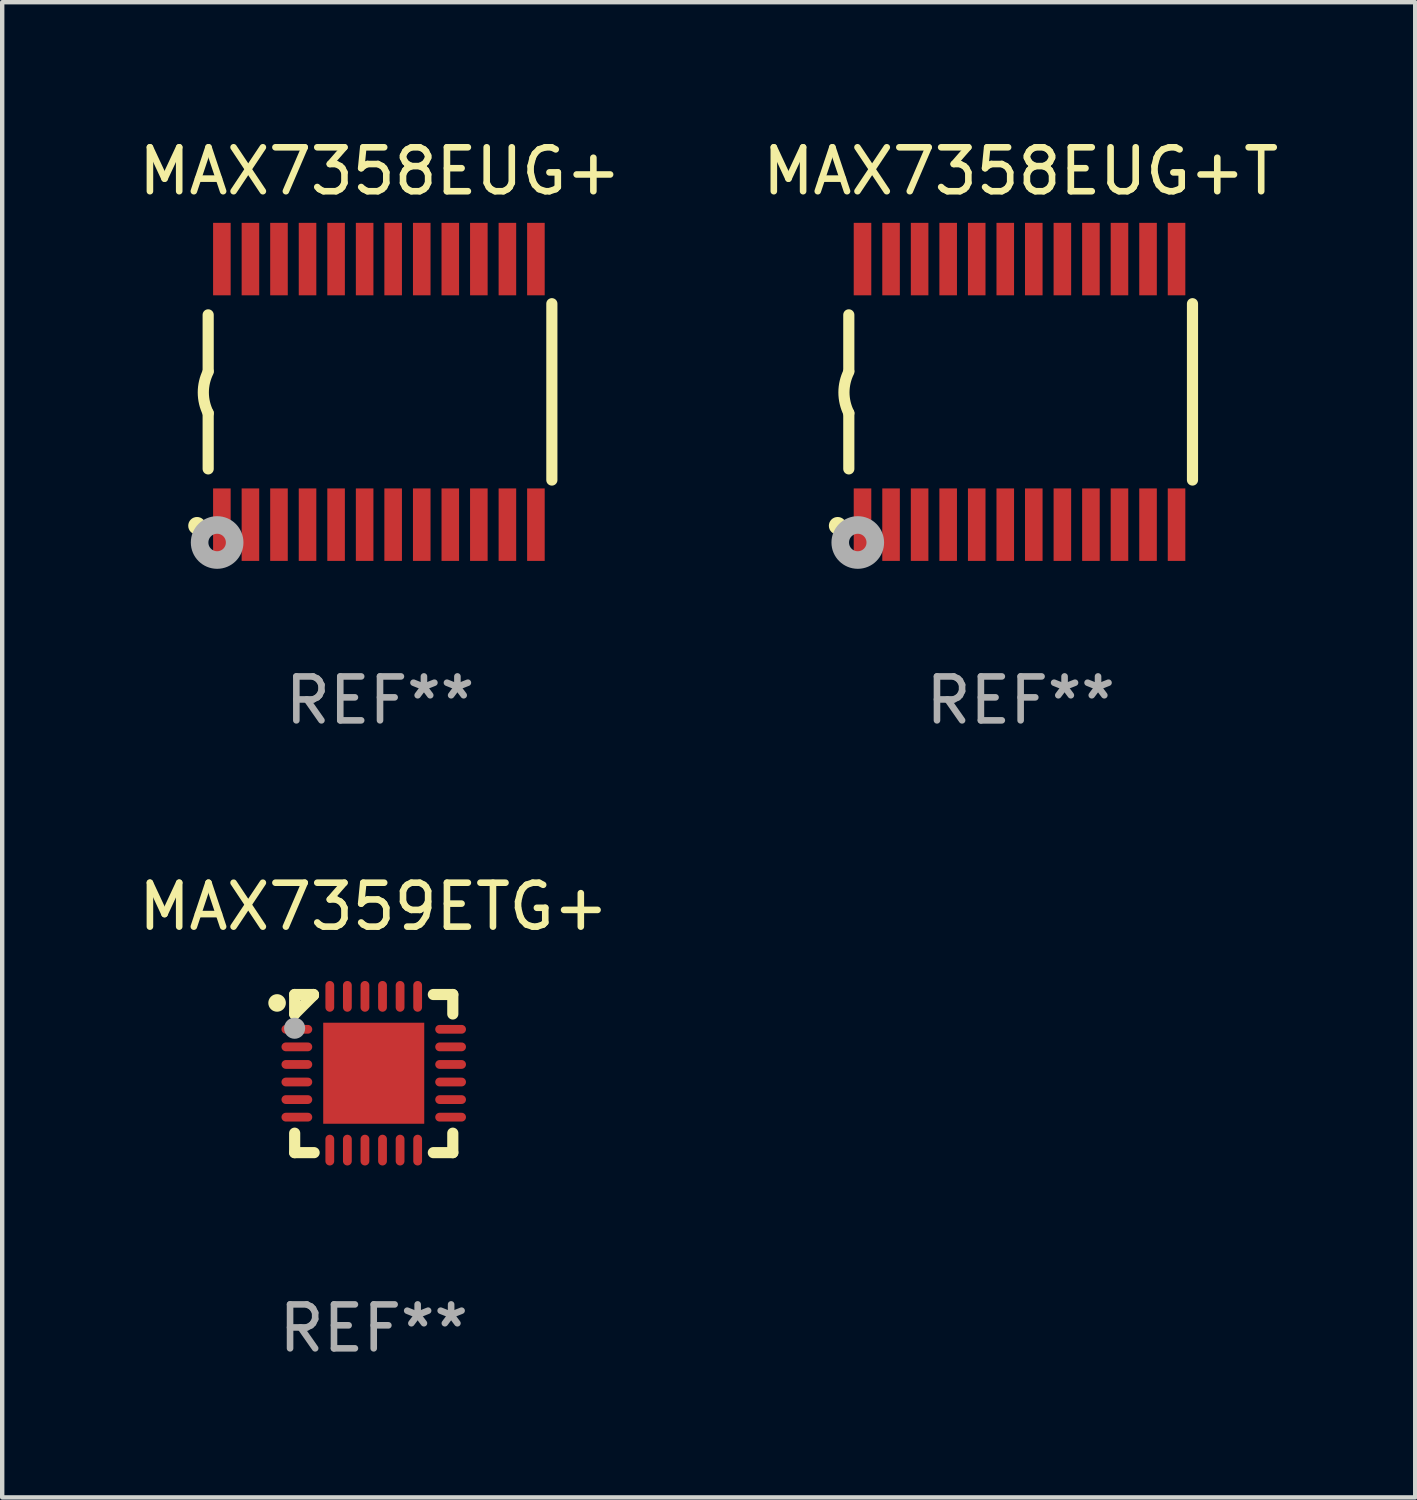
<source format=kicad_pcb>
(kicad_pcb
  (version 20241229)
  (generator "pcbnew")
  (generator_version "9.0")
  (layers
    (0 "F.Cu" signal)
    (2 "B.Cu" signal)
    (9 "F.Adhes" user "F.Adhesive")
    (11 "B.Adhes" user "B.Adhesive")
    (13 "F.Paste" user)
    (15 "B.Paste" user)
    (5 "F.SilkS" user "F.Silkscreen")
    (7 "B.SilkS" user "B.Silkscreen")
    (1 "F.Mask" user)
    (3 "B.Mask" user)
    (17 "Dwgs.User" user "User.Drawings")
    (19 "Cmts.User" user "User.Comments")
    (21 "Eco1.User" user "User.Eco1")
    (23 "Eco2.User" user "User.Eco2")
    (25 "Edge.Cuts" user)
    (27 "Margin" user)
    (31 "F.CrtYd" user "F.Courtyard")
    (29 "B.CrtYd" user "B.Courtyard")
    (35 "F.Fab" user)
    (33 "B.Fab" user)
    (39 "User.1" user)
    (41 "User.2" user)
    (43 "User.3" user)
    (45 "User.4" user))
  (footprint "MAX7358EUG+T"
    (layer "F.Cu")
    (at 20.185 5.871)
    (property "Reference" "MAX7358EUG+T" (at 0 -5.023 0) (layer "F.SilkS") (effects (font (size 1 1) (thickness 0.15))))
    (attr through_hole)
    (fp_line (start -3.912 -0.483) (end -3.912 -1.753) (stroke (width 0.254) (type solid)) (layer "F.SilkS"))
    (fp_line (start -3.912 1.753) (end -3.912 0.483) (stroke (width 0.254) (type solid)) (layer "F.SilkS"))
    (fp_line (start 3.912 -2.007) (end 3.912 2.007) (stroke (width 0.254) (type solid)) (layer "F.SilkS"))
    (fp_arc (start -3.911608 0.482601) (mid -4.022537 0.0127) (end -3.911608 -0.457201) (stroke (width 0.254001) (type solid)) (layer "F.SilkS"))
    (fp_circle (center -4.166 3.048) (end -4.066 3.048) (stroke (width 0.2) (type solid)) (fill no) (layer "F.SilkS"))
    (fp_circle (center -3.925 3.186) (end -3.895 3.186) (stroke (width 0.06) (type solid)) (fill no) (layer "F.SilkS"))
    (fp_circle (center -3.708 3.429) (end -3.509 3.429) (stroke (width 0.4) (type solid)) (fill no) (layer "F.Fab"))
    (fp_text user "REF**" (at 0 7.023 0) (layer "F.Fab") (effects (font (size 1 1) (thickness 0.15))))
    (pad "1" smd rect (at -3.6 3.023) (size 0.4 1.65) (layers "F.Cu" "F.Mask" "F.Paste"))
    (pad "2" smd rect (at -2.95 3.023) (size 0.4 1.65) (layers "F.Cu" "F.Mask" "F.Paste"))
    (pad "3" smd rect (at -2.3 3.023) (size 0.4 1.65) (layers "F.Cu" "F.Mask" "F.Paste"))
    (pad "4" smd rect (at -1.65 3.023) (size 0.4 1.65) (layers "F.Cu" "F.Mask" "F.Paste"))
    (pad "5" smd rect (at -1 3.023) (size 0.4 1.65) (layers "F.Cu" "F.Mask" "F.Paste"))
    (pad "6" smd rect (at -0.35 3.023) (size 0.4 1.65) (layers "F.Cu" "F.Mask" "F.Paste"))
    (pad "7" smd rect (at 0.299 3.023) (size 0.4 1.65) (layers "F.Cu" "F.Mask" "F.Paste"))
    (pad "8" smd rect (at 0.95 3.023) (size 0.4 1.65) (layers "F.Cu" "F.Mask" "F.Paste"))
    (pad "9" smd rect (at 1.6 3.023) (size 0.4 1.65) (layers "F.Cu" "F.Mask" "F.Paste"))
    (pad "10" smd rect (at 2.25 3.023) (size 0.4 1.65) (layers "F.Cu" "F.Mask" "F.Paste"))
    (pad "11" smd rect (at 2.9 3.023) (size 0.4 1.65) (layers "F.Cu" "F.Mask" "F.Paste"))
    (pad "12" smd rect (at 3.549 3.023) (size 0.4 1.65) (layers "F.Cu" "F.Mask" "F.Paste"))
    (pad "13" smd rect (at 3.549 -3.023) (size 0.4 1.65) (layers "F.Cu" "F.Mask" "F.Paste"))
    (pad "14" smd rect (at 2.9 -3.023) (size 0.4 1.65) (layers "F.Cu" "F.Mask" "F.Paste"))
    (pad "15" smd rect (at 2.25 -3.023) (size 0.4 1.65) (layers "F.Cu" "F.Mask" "F.Paste"))
    (pad "16" smd rect (at 1.6 -3.023) (size 0.4 1.65) (layers "F.Cu" "F.Mask" "F.Paste"))
    (pad "17" smd rect (at 0.95 -3.023) (size 0.4 1.65) (layers "F.Cu" "F.Mask" "F.Paste"))
    (pad "18" smd rect (at 0.299 -3.023) (size 0.4 1.65) (layers "F.Cu" "F.Mask" "F.Paste"))
    (pad "19" smd rect (at -0.35 -3.023) (size 0.4 1.65) (layers "F.Cu" "F.Mask" "F.Paste"))
    (pad "20" smd rect (at -1 -3.023) (size 0.4 1.65) (layers "F.Cu" "F.Mask" "F.Paste"))
    (pad "21" smd rect (at -1.65 -3.023) (size 0.4 1.65) (layers "F.Cu" "F.Mask" "F.Paste"))
    (pad "22" smd rect (at -2.3 -3.023) (size 0.4 1.65) (layers "F.Cu" "F.Mask" "F.Paste"))
    (pad "23" smd rect (at -2.95 -3.023) (size 0.4 1.65) (layers "F.Cu" "F.Mask" "F.Paste"))
    (pad "24" smd rect (at -3.6 -3.023) (size 0.4 1.65) (layers "F.Cu" "F.Mask" "F.Paste")))
  (footprint "MAX7358EUG+"
    (layer "F.Cu")
    (at 5.601 5.871)
    (property "Reference" "MAX7358EUG+" (at 0 -5.023 0) (layer "F.SilkS") (effects (font (size 1 1) (thickness 0.15))))
    (attr through_hole)
    (fp_line (start -3.912 -0.483) (end -3.912 -1.753) (stroke (width 0.254) (type solid)) (layer "F.SilkS"))
    (fp_line (start -3.912 1.753) (end -3.912 0.483) (stroke (width 0.254) (type solid)) (layer "F.SilkS"))
    (fp_line (start 3.912 -2.007) (end 3.912 2.007) (stroke (width 0.254) (type solid)) (layer "F.SilkS"))
    (fp_arc (start -3.911608 0.482601) (mid -4.022537 0.0127) (end -3.911608 -0.457201) (stroke (width 0.254001) (type solid)) (layer "F.SilkS"))
    (fp_circle (center -4.166 3.048) (end -4.066 3.048) (stroke (width 0.2) (type solid)) (fill no) (layer "F.SilkS"))
    (fp_circle (center -3.925 3.186) (end -3.895 3.186) (stroke (width 0.06) (type solid)) (fill no) (layer "F.SilkS"))
    (fp_circle (center -3.708 3.429) (end -3.509 3.429) (stroke (width 0.4) (type solid)) (fill no) (layer "F.Fab"))
    (fp_text user "REF**" (at 0 7.023 0) (layer "F.Fab") (effects (font (size 1 1) (thickness 0.15))))
    (pad "1" smd rect (at -3.6 3.023) (size 0.4 1.65) (layers "F.Cu" "F.Mask" "F.Paste"))
    (pad "2" smd rect (at -2.95 3.023) (size 0.4 1.65) (layers "F.Cu" "F.Mask" "F.Paste"))
    (pad "3" smd rect (at -2.3 3.023) (size 0.4 1.65) (layers "F.Cu" "F.Mask" "F.Paste"))
    (pad "4" smd rect (at -1.65 3.023) (size 0.4 1.65) (layers "F.Cu" "F.Mask" "F.Paste"))
    (pad "5" smd rect (at -1 3.023) (size 0.4 1.65) (layers "F.Cu" "F.Mask" "F.Paste"))
    (pad "6" smd rect (at -0.35 3.023) (size 0.4 1.65) (layers "F.Cu" "F.Mask" "F.Paste"))
    (pad "7" smd rect (at 0.299 3.023) (size 0.4 1.65) (layers "F.Cu" "F.Mask" "F.Paste"))
    (pad "8" smd rect (at 0.95 3.023) (size 0.4 1.65) (layers "F.Cu" "F.Mask" "F.Paste"))
    (pad "9" smd rect (at 1.6 3.023) (size 0.4 1.65) (layers "F.Cu" "F.Mask" "F.Paste"))
    (pad "10" smd rect (at 2.25 3.023) (size 0.4 1.65) (layers "F.Cu" "F.Mask" "F.Paste"))
    (pad "11" smd rect (at 2.9 3.023) (size 0.4 1.65) (layers "F.Cu" "F.Mask" "F.Paste"))
    (pad "12" smd rect (at 3.549 3.023) (size 0.4 1.65) (layers "F.Cu" "F.Mask" "F.Paste"))
    (pad "13" smd rect (at 3.549 -3.023) (size 0.4 1.65) (layers "F.Cu" "F.Mask" "F.Paste"))
    (pad "14" smd rect (at 2.9 -3.023) (size 0.4 1.65) (layers "F.Cu" "F.Mask" "F.Paste"))
    (pad "15" smd rect (at 2.25 -3.023) (size 0.4 1.65) (layers "F.Cu" "F.Mask" "F.Paste"))
    (pad "16" smd rect (at 1.6 -3.023) (size 0.4 1.65) (layers "F.Cu" "F.Mask" "F.Paste"))
    (pad "17" smd rect (at 0.95 -3.023) (size 0.4 1.65) (layers "F.Cu" "F.Mask" "F.Paste"))
    (pad "18" smd rect (at 0.299 -3.023) (size 0.4 1.65) (layers "F.Cu" "F.Mask" "F.Paste"))
    (pad "19" smd rect (at -0.35 -3.023) (size 0.4 1.65) (layers "F.Cu" "F.Mask" "F.Paste"))
    (pad "20" smd rect (at -1 -3.023) (size 0.4 1.65) (layers "F.Cu" "F.Mask" "F.Paste"))
    (pad "21" smd rect (at -1.65 -3.023) (size 0.4 1.65) (layers "F.Cu" "F.Mask" "F.Paste"))
    (pad "22" smd rect (at -2.3 -3.023) (size 0.4 1.65) (layers "F.Cu" "F.Mask" "F.Paste"))
    (pad "23" smd rect (at -2.95 -3.023) (size 0.4 1.65) (layers "F.Cu" "F.Mask" "F.Paste"))
    (pad "24" smd rect (at -3.6 -3.023) (size 0.4 1.65) (layers "F.Cu" "F.Mask" "F.Paste")))
  (footprint "MAX7359ETG+"
    (layer "F.Cu")
    (at 5.458 21.39)
    (property "Reference" "MAX7359ETG+" (at 0 -3.8 0) (layer "F.SilkS") (effects (font (size 1 1) (thickness 0.15))))
    (attr through_hole)
    (fp_line (start -1.8 -1.8) (end -1.372 -1.8) (stroke (width 0.254) (type solid)) (layer "F.SilkS"))
    (fp_line (start -1.8 -1.357) (end -1.8 -1.8) (stroke (width 0.254) (type solid)) (layer "F.SilkS"))
    (fp_line (start -1.8 1.8) (end -1.8 1.357) (stroke (width 0.254) (type solid)) (layer "F.SilkS"))
    (fp_line (start -1.372 -1.8) (end -1.372 -1.785) (stroke (width 0.254) (type solid)) (layer "F.SilkS"))
    (fp_line (start -1.372 -1.785) (end -1.8 -1.357) (stroke (width 0.254) (type solid)) (layer "F.SilkS"))
    (fp_line (start -1.357 1.8) (end -1.8 1.8) (stroke (width 0.254) (type solid)) (layer "F.SilkS"))
    (fp_line (start 1.357 -1.8) (end 1.8 -1.8) (stroke (width 0.254) (type solid)) (layer "F.SilkS"))
    (fp_line (start 1.8 -1.8) (end 1.8 -1.357) (stroke (width 0.254) (type solid)) (layer "F.SilkS"))
    (fp_line (start 1.8 1.357) (end 1.8 1.8) (stroke (width 0.254) (type solid)) (layer "F.SilkS"))
    (fp_line (start 1.8 1.8) (end 1.357 1.8) (stroke (width 0.254) (type solid)) (layer "F.SilkS"))
    (fp_circle (center -2.2 -1.608) (end -2.1 -1.608) (stroke (width 0.2) (type solid)) (fill no) (layer "F.SilkS"))
    (fp_circle (center -1.75 -1.758) (end -1.72 -1.758) (stroke (width 0.06) (type solid)) (fill no) (layer "F.SilkS"))
    (fp_circle (center -1.801 -1.032) (end -1.681 -1.032) (stroke (width 0.24) (type solid)) (fill no) (layer "F.Fab"))
    (fp_text user "REF**" (at 0 5.8 0) (layer "F.Fab") (effects (font (size 1 1) (thickness 0.15))))
    (pad "1" smd oval (at -1.75 -1.008) (size 0.7 0.2) (layers "F.Cu" "F.Mask" "F.Paste"))
    (pad "2" smd oval (at -1.75 -0.608) (size 0.7 0.2) (layers "F.Cu" "F.Mask" "F.Paste"))
    (pad "3" smd oval (at -1.75 -0.208) (size 0.7 0.2) (layers "F.Cu" "F.Mask" "F.Paste"))
    (pad "4" smd oval (at -1.75 0.192) (size 0.7 0.2) (layers "F.Cu" "F.Mask" "F.Paste"))
    (pad "5" smd oval (at -1.75 0.592) (size 0.7 0.2) (layers "F.Cu" "F.Mask" "F.Paste"))
    (pad "6" smd oval (at -1.75 0.992) (size 0.7 0.2) (layers "F.Cu" "F.Mask" "F.Paste"))
    (pad "7" smd oval (at -1 1.742) (size 0.2 0.7) (layers "F.Cu" "F.Mask" "F.Paste"))
    (pad "8" smd oval (at -0.6 1.742) (size 0.2 0.7) (layers "F.Cu" "F.Mask" "F.Paste"))
    (pad "9" smd oval (at -0.2 1.742) (size 0.2 0.7) (layers "F.Cu" "F.Mask" "F.Paste"))
    (pad "10" smd oval (at 0.2 1.742) (size 0.2 0.7) (layers "F.Cu" "F.Mask" "F.Paste"))
    (pad "11" smd oval (at 0.6 1.742) (size 0.2 0.7) (layers "F.Cu" "F.Mask" "F.Paste"))
    (pad "12" smd oval (at 1 1.742) (size 0.2 0.7) (layers "F.Cu" "F.Mask" "F.Paste"))
    (pad "13" smd oval (at 1.75 0.992) (size 0.7 0.2) (layers "F.Cu" "F.Mask" "F.Paste"))
    (pad "14" smd oval (at 1.75 0.592) (size 0.7 0.2) (layers "F.Cu" "F.Mask" "F.Paste"))
    (pad "15" smd oval (at 1.75 0.192) (size 0.7 0.2) (layers "F.Cu" "F.Mask" "F.Paste"))
    (pad "16" smd oval (at 1.75 -0.208) (size 0.7 0.2) (layers "F.Cu" "F.Mask" "F.Paste"))
    (pad "17" smd oval (at 1.75 -0.608) (size 0.7 0.2) (layers "F.Cu" "F.Mask" "F.Paste"))
    (pad "18" smd oval (at 1.75 -1.008) (size 0.7 0.2) (layers "F.Cu" "F.Mask" "F.Paste"))
    (pad "19" smd oval (at 1 -1.758) (size 0.2 0.7) (layers "F.Cu" "F.Mask" "F.Paste"))
    (pad "20" smd oval (at 0.6 -1.758) (size 0.2 0.7) (layers "F.Cu" "F.Mask" "F.Paste"))
    (pad "21" smd oval (at 0.2 -1.758) (size 0.2 0.7) (layers "F.Cu" "F.Mask" "F.Paste"))
    (pad "22" smd oval (at -0.2 -1.758) (size 0.2 0.7) (layers "F.Cu" "F.Mask" "F.Paste"))
    (pad "23" smd oval (at -0.6 -1.758) (size 0.2 0.7) (layers "F.Cu" "F.Mask" "F.Paste"))
    (pad "24" smd oval (at -1 -1.758) (size 0.2 0.7) (layers "F.Cu" "F.Mask" "F.Paste"))
    (pad "25" smd rect (at 0 -0.008 180) (size 2.3 2.3) (layers "F.Cu" "F.Mask" "F.Paste")))
  (gr_rect
    (start -3 -3)
    (end 29.167 31.038)
    (stroke (width 0.1) (type default))
    (fill no)
    (layer "Edge.Cuts")))
</source>
